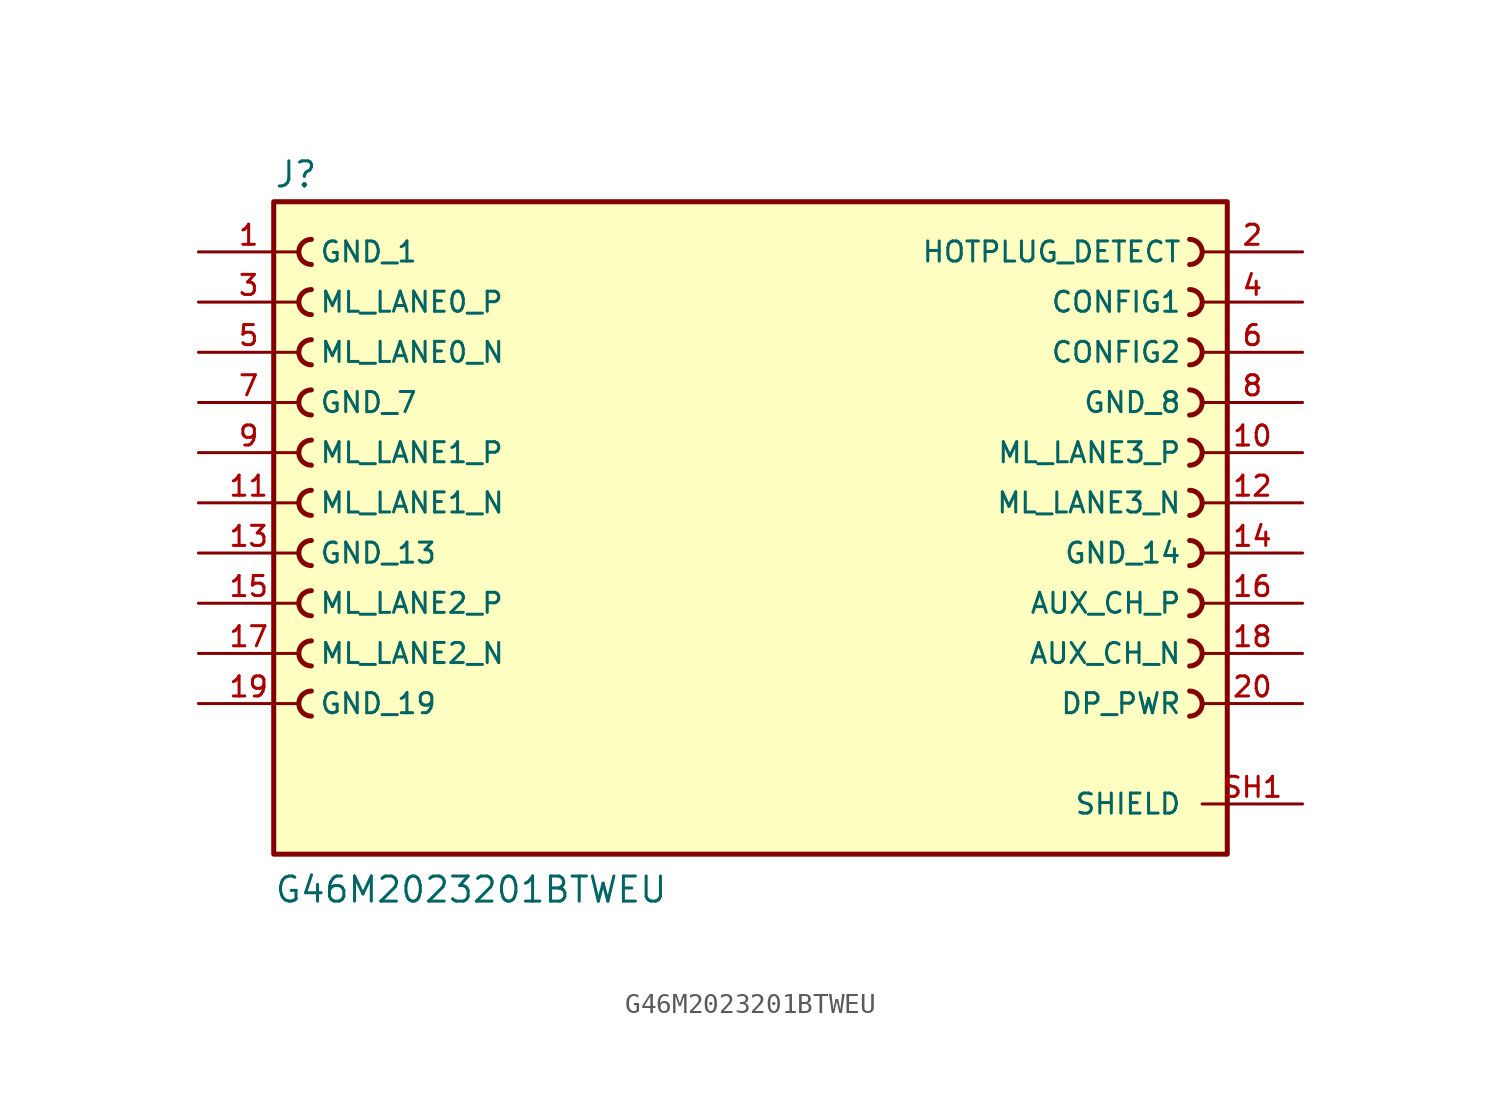
<source format=kicad_sym>
(kicad_symbol_lib
  (version 20211014)
  (generator kicad_symbol_editor)
  (symbol "G46M2023201BTWEU"
    (pin_names
      (offset 1.016))
    (property "Reference" "J"
      (at -24.13 15.875 0)
      (effects (font (size 1.27 1.27)) (justify bottom left)))
    (property "Value" "G46M2023201BTWEU"
      (at -24.13 -20.32 0)
      (effects (font (size 1.27 1.27)) (justify bottom left)))
    (symbol "G46M2023201BTWEU_0_0"
      (arc (start 22.225 12.065) (mid 22.86 12.7) (end 22.225 13.335) (stroke (width 0.254) (type default) (color 0 0 0 0)) (fill (type none)))
      (arc (start 22.225 9.525) (mid 22.86 10.16) (end 22.225 10.795) (stroke (width 0.254) (type default) (color 0 0 0 0)) (fill (type none)))
      (arc (start 22.225 6.985) (mid 22.86 7.62) (end 22.225 8.255) (stroke (width 0.254) (type default) (color 0 0 0 0)) (fill (type none)))
      (arc (start 22.225 4.445) (mid 22.86 5.08) (end 22.225 5.715) (stroke (width 0.254) (type default) (color 0 0 0 0)) (fill (type none)))
      (arc (start 22.225 1.905) (mid 22.86 2.54) (end 22.225 3.175) (stroke (width 0.254) (type default) (color 0 0 0 0)) (fill (type none)))
      (arc (start 22.225 -0.635) (mid 22.86 0.0) (end 22.225 0.635) (stroke (width 0.254) (type default) (color 0 0 0 0)) (fill (type none)))
      (arc (start 22.225 -3.175) (mid 22.86 -2.54) (end 22.225 -1.905) (stroke (width 0.254) (type default) (color 0 0 0 0)) (fill (type none)))
      (arc (start 22.225 -5.715) (mid 22.86 -5.08) (end 22.225 -4.445) (stroke (width 0.254) (type default) (color 0 0 0 0)) (fill (type none)))
      (arc (start 22.225 -8.255) (mid 22.86 -7.62) (end 22.225 -6.985) (stroke (width 0.254) (type default) (color 0 0 0 0)) (fill (type none)))
      (arc (start 22.225 -10.795) (mid 22.86 -10.16) (end 22.225 -9.525) (stroke (width 0.254) (type default) (color 0 0 0 0)) (fill (type none)))
      (arc (start -22.225 -9.525) (mid -22.86 -10.16) (end -22.225 -10.795) (stroke (width 0.254) (type default) (color 0 0 0 0)) (fill (type none)))
      (arc (start -22.225 -6.985) (mid -22.86 -7.62) (end -22.225 -8.255) (stroke (width 0.254) (type default) (color 0 0 0 0)) (fill (type none)))
      (arc (start -22.225 -4.445) (mid -22.86 -5.08) (end -22.225 -5.715) (stroke (width 0.254) (type default) (color 0 0 0 0)) (fill (type none)))
      (arc (start -22.225 -1.905) (mid -22.86 -2.54) (end -22.225 -3.175) (stroke (width 0.254) (type default) (color 0 0 0 0)) (fill (type none)))
      (arc (start -22.225 0.635) (mid -22.86 -0.0) (end -22.225 -0.635) (stroke (width 0.254) (type default) (color 0 0 0 0)) (fill (type none)))
      (arc (start -22.225 3.175) (mid -22.86 2.54) (end -22.225 1.905) (stroke (width 0.254) (type default) (color 0 0 0 0)) (fill (type none)))
      (arc (start -22.225 5.715) (mid -22.86 5.08) (end -22.225 4.445) (stroke (width 0.254) (type default) (color 0 0 0 0)) (fill (type none)))
      (arc (start -22.225 8.255) (mid -22.86 7.62) (end -22.225 6.985) (stroke (width 0.254) (type default) (color 0 0 0 0)) (fill (type none)))
      (arc (start -22.225 10.795) (mid -22.86 10.16) (end -22.225 9.525) (stroke (width 0.254) (type default) (color 0 0 0 0)) (fill (type none)))
      (arc (start -22.225 13.335) (mid -22.86 12.7) (end -22.225 12.065) (stroke (width 0.254) (type default) (color 0 0 0 0)) (fill (type none)))
      (rectangle (start -24.13 -17.78) (end 24.13 15.24) (stroke (width 0.254)) (fill (type background)))
      (pin power_in line (at -27.94 12.7 0) (length 5.08) (name "GND_1" (effects (font (size 1.016 1.016)))) (number "1" (effects (font (size 1.016 1.016)))))
      (pin input line (at 27.94 12.7 180.0) (length 5.08) (name "HOTPLUG_DETECT" (effects (font (size 1.016 1.016)))) (number "2" (effects (font (size 1.016 1.016)))))
      (pin output line (at -27.94 10.16 0) (length 5.08) (name "ML_LANE0_P" (effects (font (size 1.016 1.016)))) (number "3" (effects (font (size 1.016 1.016)))))
      (pin passive line (at 27.94 10.16 180.0) (length 5.08) (name "CONFIG1" (effects (font (size 1.016 1.016)))) (number "4" (effects (font (size 1.016 1.016)))))
      (pin output line (at -27.94 7.62 0) (length 5.08) (name "ML_LANE0_N" (effects (font (size 1.016 1.016)))) (number "5" (effects (font (size 1.016 1.016)))))
      (pin passive line (at 27.94 7.62 180.0) (length 5.08) (name "CONFIG2" (effects (font (size 1.016 1.016)))) (number "6" (effects (font (size 1.016 1.016)))))
      (pin power_in line (at -27.94 5.08 0) (length 5.08) (name "GND_7" (effects (font (size 1.016 1.016)))) (number "7" (effects (font (size 1.016 1.016)))))
      (pin power_in line (at 27.94 5.08 180.0) (length 5.08) (name "GND_8" (effects (font (size 1.016 1.016)))) (number "8" (effects (font (size 1.016 1.016)))))
      (pin output line (at -27.94 2.54 0) (length 5.08) (name "ML_LANE1_P" (effects (font (size 1.016 1.016)))) (number "9" (effects (font (size 1.016 1.016)))))
      (pin output line (at 27.94 2.54 180.0) (length 5.08) (name "ML_LANE3_P" (effects (font (size 1.016 1.016)))) (number "10" (effects (font (size 1.016 1.016)))))
      (pin output line (at -27.94 0.0 0) (length 5.08) (name "ML_LANE1_N" (effects (font (size 1.016 1.016)))) (number "11" (effects (font (size 1.016 1.016)))))
      (pin output line (at 27.94 0.0 180.0) (length 5.08) (name "ML_LANE3_N" (effects (font (size 1.016 1.016)))) (number "12" (effects (font (size 1.016 1.016)))))
      (pin power_in line (at -27.94 -2.54 0) (length 5.08) (name "GND_13" (effects (font (size 1.016 1.016)))) (number "13" (effects (font (size 1.016 1.016)))))
      (pin power_in line (at 27.94 -2.54 180.0) (length 5.08) (name "GND_14" (effects (font (size 1.016 1.016)))) (number "14" (effects (font (size 1.016 1.016)))))
      (pin output line (at -27.94 -5.08 0) (length 5.08) (name "ML_LANE2_P" (effects (font (size 1.016 1.016)))) (number "15" (effects (font (size 1.016 1.016)))))
      (pin bidirectional line (at 27.94 -5.08 180.0) (length 5.08) (name "AUX_CH_P" (effects (font (size 1.016 1.016)))) (number "16" (effects (font (size 1.016 1.016)))))
      (pin output line (at -27.94 -7.62 0) (length 5.08) (name "ML_LANE2_N" (effects (font (size 1.016 1.016)))) (number "17" (effects (font (size 1.016 1.016)))))
      (pin bidirectional line (at 27.94 -7.62 180.0) (length 5.08) (name "AUX_CH_N" (effects (font (size 1.016 1.016)))) (number "18" (effects (font (size 1.016 1.016)))))
      (pin power_in line (at -27.94 -10.16 0) (length 5.08) (name "GND_19" (effects (font (size 1.016 1.016)))) (number "19" (effects (font (size 1.016 1.016)))))
      (pin power_in line (at 27.94 -10.16 180.0) (length 5.08) (name "DP_PWR" (effects (font (size 1.016 1.016)))) (number "20" (effects (font (size 1.016 1.016)))))
      (pin passive line (at 27.94 -15.24 180.0) (length 5.08) (name "SHIELD" (effects (font (size 1.016 1.016)))) (number "SH1" (effects (font (size 1.016 1.016)))))
      (pin passive line (at 27.94 -15.24 180.0) (length 5.08) hide (name "SHIELD" (effects (font (size 1.016 1.016)))) (number "SH2" (effects (font (size 1.016 1.016)))))
      (pin passive line (at 27.94 -15.24 180.0) (length 5.08) hide (name "SHIELD" (effects (font (size 1.016 1.016)))) (number "SH3" (effects (font (size 1.016 1.016)))))
      (pin passive line (at 27.94 -15.24 180.0) (length 5.08) hide (name "SHIELD" (effects (font (size 1.016 1.016)))) (number "SH4" (effects (font (size 1.016 1.016))))))))
</source>
